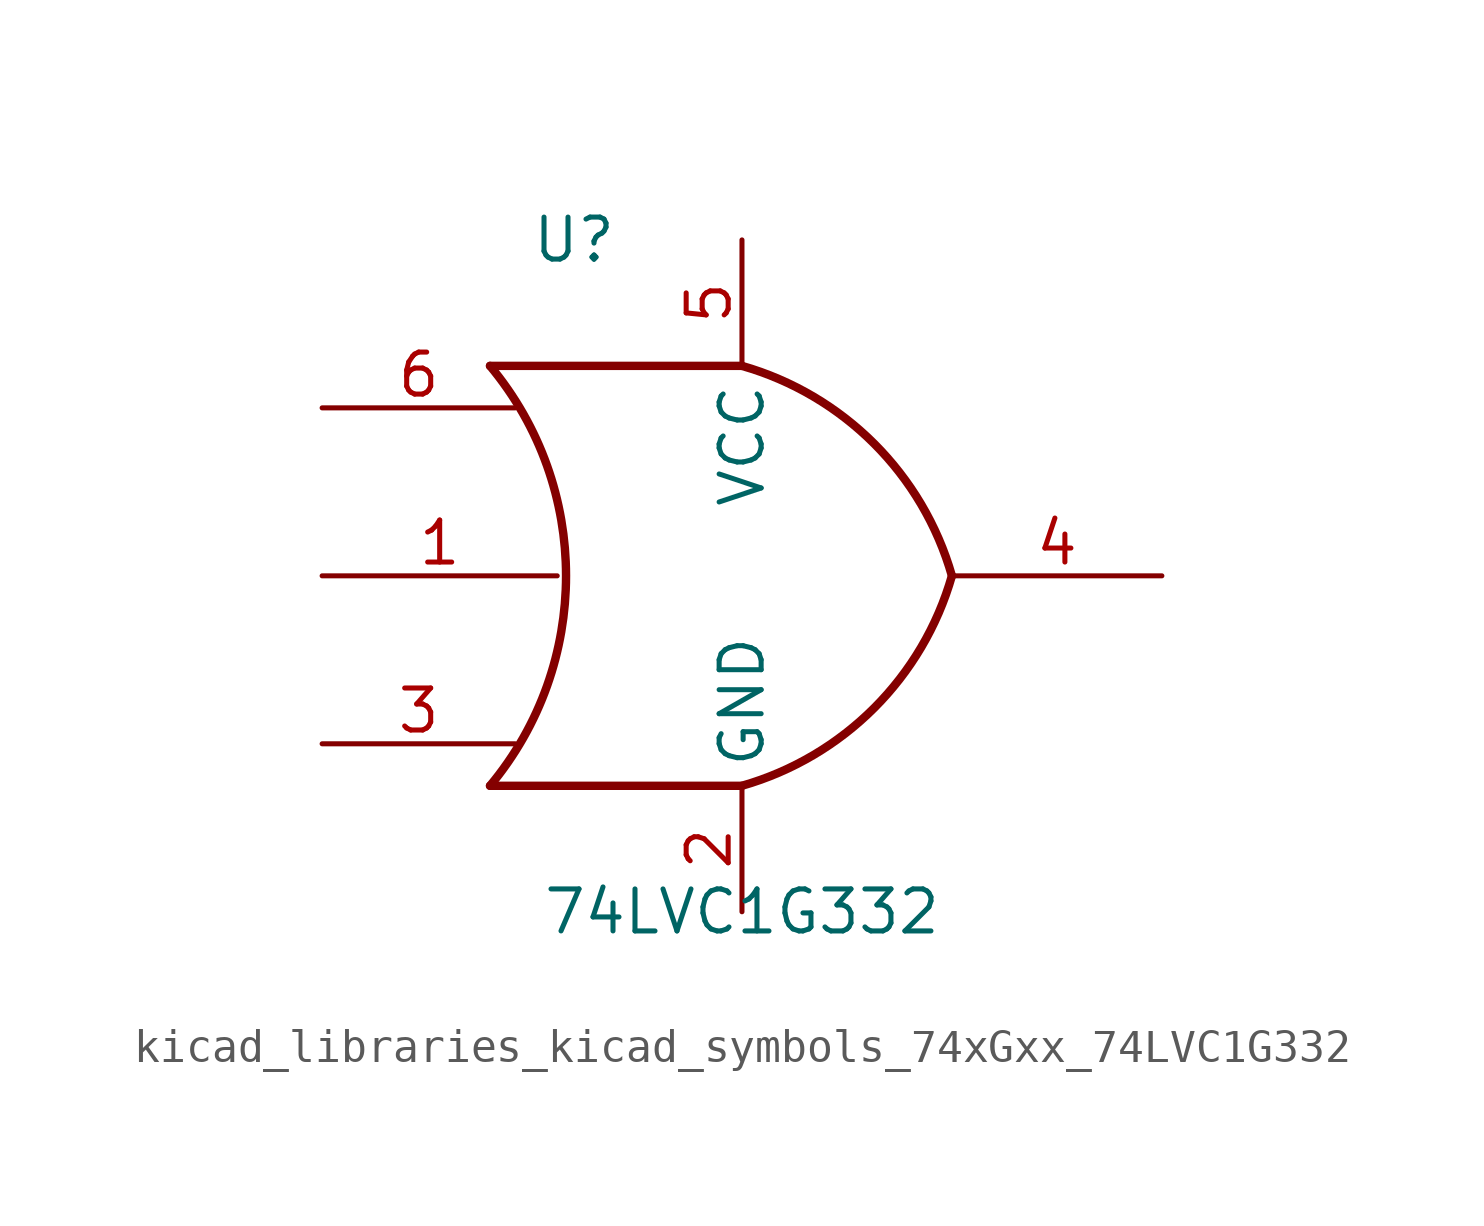
<source format=kicad_sym>
(kicad_symbol_lib
  (version 20220914)
  (generator kicad_symbol_editor)
  (symbol "kicad_libraries_kicad_symbols_74xGxx_74LVC1G332"
    (property "Reference" "U"
      (at -5.08 10.16 0)
      (effects (font (size 1.27 1.27))))
    (property "Value" "74LVC1G332"
      (at 0 -10.16 0)
      (effects (font (size 1.27 1.27))))
    (symbol "kicad_libraries_kicad_symbols_74xGxx_74LVC1G332_0_1"
      (arc (start -7.62 -6.35) (mid -5.321 0) (end -7.62 6.35) (stroke (width 0.254) (type default)) (fill (type none)))
      (arc (start 0 -6.35) (mid 3.9978 -3.9978) (end 6.35 0) (stroke (width 0.254) (type default)) (fill (type none)))
      (polyline (pts (xy 0 -6.35) (xy -7.62 -6.35)) (stroke (width 0.254) (type default)) (fill (type background)))
      (polyline (pts (xy 0 6.35) (xy -7.62 6.35)) (stroke (width 0.254) (type default)) (fill (type background)))
      (arc (start 6.35 0) (mid 3.9978 3.9978) (end 0 6.35) (stroke (width 0.254) (type default)) (fill (type none))))
    (symbol "kicad_libraries_kicad_symbols_74xGxx_74LVC1G332_1_1"
      (pin input line (at -12.698 0 0) (length 7.11) (name "~" (effects (font (size 1.27 1.27)))) (number "1" (effects (font (size 1.27 1.27)))))
      (pin power_in line (at 0 -10.16 90) (length 3.81) (name "GND" (effects (font (size 1.27 1.27)))) (number "2" (effects (font (size 1.27 1.27)))))
      (pin input line (at -12.698 -5.08 0) (length 5.84) (name "~" (effects (font (size 1.27 1.27)))) (number "3" (effects (font (size 1.27 1.27)))))
      (pin output line (at 12.7 0 180) (length 6.35) (name "~" (effects (font (size 1.27 1.27)))) (number "4" (effects (font (size 1.27 1.27)))))
      (pin power_in line (at 0 10.16 270) (length 3.81) (name "VCC" (effects (font (size 1.27 1.27)))) (number "5" (effects (font (size 1.27 1.27)))))
      (pin input line (at -12.698 5.08 0) (length 5.84) (name "~" (effects (font (size 1.27 1.27)))) (number "6" (effects (font (size 1.27 1.27))))))))
</source>
